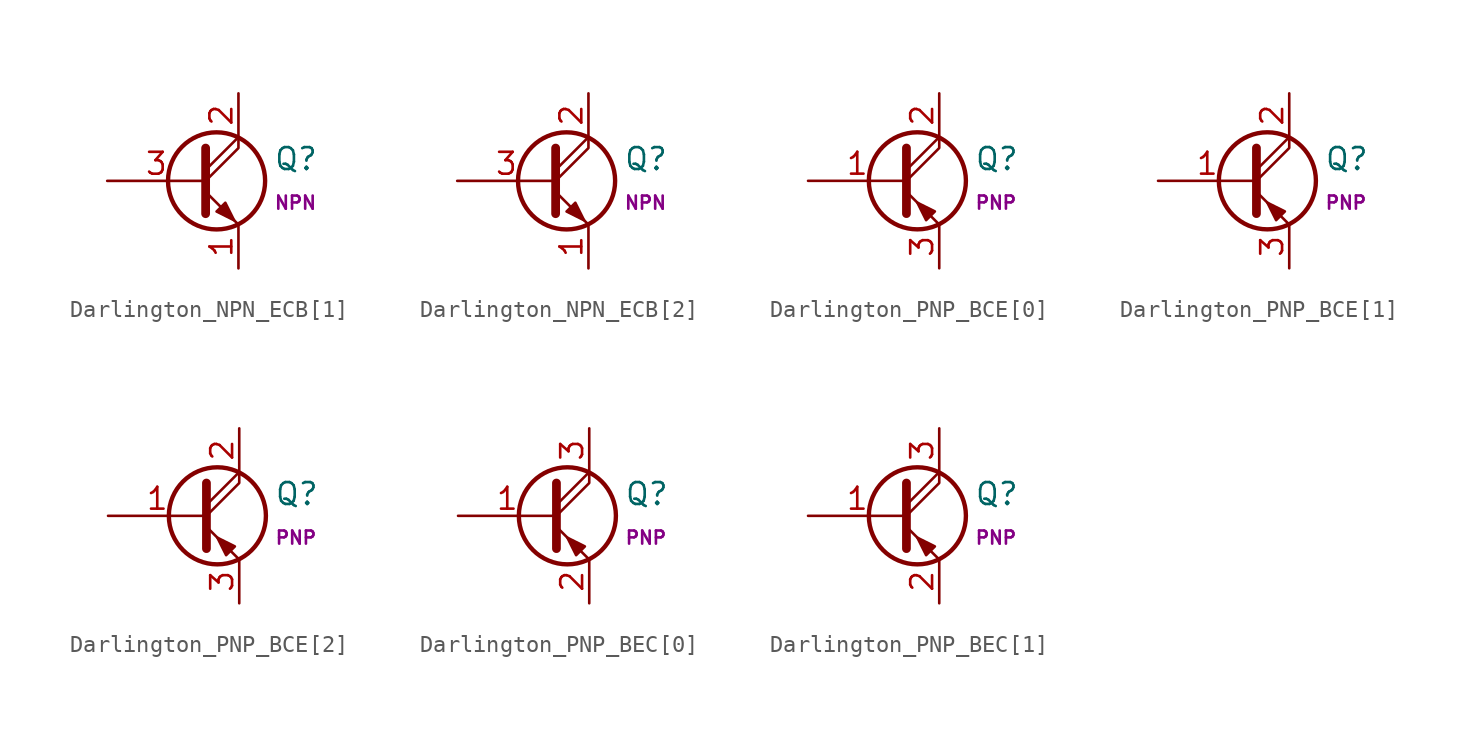
<source format=kicad_sym>
(kicad_symbol_lib
  (version 20211014)
  (generator kicad_symbol_editor)
  (symbol "Darlington_NPN_ECB[1]"
    (pin_names
      (offset 0) hide)
    (property "Reference" "Q"
      (at 4.572 1.27 0)
      (effects (font (size 1.27 1.27)) (justify left)))
    (property "Name" "NPN"
      (at 4.572 -1.27 0)
      (effects (font (size 0.762 0.762)) (justify left)))
    (symbol "Darlington_NPN_ECB[1]_0_1"
      (polyline (pts (xy 0.635 0.635) (xy 2.54 2.54)) (stroke (width 0) (type default) (color 0 0 0 0)) (fill (type none)))
      (polyline (pts (xy 0.635 -0.635) (xy 2.54 -2.54) (xy 2.54 -2.54)) (stroke (width 0) (type default) (color 0 0 0 0)) (fill (type none)))
      (polyline (pts (xy 0.635 0) (xy 2.54 1.905) (xy 2.54 2.54)) (stroke (width 0) (type default) (color 0 0 0 0)) (fill (type none)))
      (polyline (pts (xy 0.635 1.905) (xy 0.635 -1.905) (xy 0.635 -1.905)) (stroke (width 0.508) (type default) (color 0 0 0 0)) (fill (type none)))
      (polyline (pts (xy 1.27 -1.778) (xy 1.778 -1.27) (xy 2.286 -2.286) (xy 1.27 -1.778) (xy 1.27 -1.778)) (stroke (width 0) (type default) (color 0 0 0 0)) (fill (type outline)))
      (circle (center 1.27 0) (radius 2.819) (stroke (width 0.254) (type default) (color 0 0 0 0)) (fill (type none))))
    (symbol "Darlington_NPN_ECB[1]_1_1"
      (pin passive line (at 2.54 -5.08 90) (length 2.54) (name "E" (effects (font (size 1.27 1.27)))) (number "1" (effects (font (size 1.27 1.27)))))
      (pin passive line (at 2.54 5.08 270) (length 2.54) (name "C" (effects (font (size 1.27 1.27)))) (number "2" (effects (font (size 1.27 1.27)))))
      (pin passive line (at -5.08 0 0) (length 5.715) (name "B" (effects (font (size 1.27 1.27)))) (number "3" (effects (font (size 1.27 1.27)))))))
  (symbol "Darlington_NPN_ECB[2]"
    (pin_names
      (offset 0) hide)
    (property "Reference" "Q"
      (at 4.572 1.27 0)
      (effects (font (size 1.27 1.27)) (justify left)))
    (property "Name" "NPN"
      (at 4.572 -1.27 0)
      (effects (font (size 0.762 0.762)) (justify left)))
    (symbol "Darlington_NPN_ECB[2]_0_1"
      (polyline (pts (xy 0.635 0.635) (xy 2.54 2.54)) (stroke (width 0) (type default) (color 0 0 0 0)) (fill (type none)))
      (polyline (pts (xy 0.635 -0.635) (xy 2.54 -2.54) (xy 2.54 -2.54)) (stroke (width 0) (type default) (color 0 0 0 0)) (fill (type none)))
      (polyline (pts (xy 0.635 0) (xy 2.54 1.905) (xy 2.54 2.54)) (stroke (width 0) (type default) (color 0 0 0 0)) (fill (type none)))
      (polyline (pts (xy 0.635 1.905) (xy 0.635 -1.905) (xy 0.635 -1.905)) (stroke (width 0.508) (type default) (color 0 0 0 0)) (fill (type none)))
      (polyline (pts (xy 1.27 -1.778) (xy 1.778 -1.27) (xy 2.286 -2.286) (xy 1.27 -1.778) (xy 1.27 -1.778)) (stroke (width 0) (type default) (color 0 0 0 0)) (fill (type outline)))
      (circle (center 1.27 0) (radius 2.819) (stroke (width 0.254) (type default) (color 0 0 0 0)) (fill (type none))))
    (symbol "Darlington_NPN_ECB[2]_1_1"
      (pin passive line (at 2.54 -5.08 90) (length 2.54) (name "E" (effects (font (size 1.27 1.27)))) (number "1" (effects (font (size 1.27 1.27)))))
      (pin passive line (at 2.54 5.08 270) (length 2.54) (name "C" (effects (font (size 1.27 1.27)))) (number "2" (effects (font (size 1.27 1.27)))))
      (pin passive line (at -5.08 0 0) (length 5.715) (name "B" (effects (font (size 1.27 1.27)))) (number "3" (effects (font (size 1.27 1.27)))))))
  (symbol "Darlington_PNP_BCE[0]"
    (pin_names
      (offset 0) hide)
    (property "Reference" "Q"
      (at 4.572 1.27 0)
      (effects (font (size 1.27 1.27)) (justify left)))
    (property "Name" "PNP"
      (at 4.572 -1.27 0)
      (effects (font (size 0.762 0.762)) (justify left)))
    (symbol "Darlington_PNP_BCE[0]_0_1"
      (polyline (pts (xy 0.635 0.635) (xy 2.54 2.54)) (stroke (width 0) (type default) (color 0 0 0 0)) (fill (type none)))
      (polyline (pts (xy 0.635 -0.635) (xy 2.54 -2.54) (xy 2.54 -2.54)) (stroke (width 0) (type default) (color 0 0 0 0)) (fill (type none)))
      (polyline (pts (xy 0.635 0) (xy 2.54 1.905) (xy 2.54 2.54)) (stroke (width 0) (type default) (color 0 0 0 0)) (fill (type none)))
      (polyline (pts (xy 0.635 1.905) (xy 0.635 -1.905) (xy 0.635 -1.905)) (stroke (width 0.508) (type default) (color 0 0 0 0)) (fill (type none)))
      (polyline (pts (xy 2.286 -1.778) (xy 1.778 -2.286) (xy 1.27 -1.27) (xy 2.286 -1.778) (xy 2.286 -1.778)) (stroke (width 0) (type default) (color 0 0 0 0)) (fill (type outline)))
      (circle (center 1.27 0) (radius 2.819) (stroke (width 0.254) (type default) (color 0 0 0 0)) (fill (type none))))
    (symbol "Darlington_PNP_BCE[0]_1_1"
      (pin input line (at -5.08 0 0) (length 5.715) (name "B" (effects (font (size 1.27 1.27)))) (number "1" (effects (font (size 1.27 1.27)))))
      (pin passive line (at 2.54 5.08 270) (length 2.54) (name "C" (effects (font (size 1.27 1.27)))) (number "2" (effects (font (size 1.27 1.27)))))
      (pin passive line (at 2.54 -5.08 90) (length 2.54) (name "E" (effects (font (size 1.27 1.27)))) (number "3" (effects (font (size 1.27 1.27)))))))
  (symbol "Darlington_PNP_BCE[1]"
    (pin_names
      (offset 0) hide)
    (property "Reference" "Q"
      (at 4.572 1.27 0)
      (effects (font (size 1.27 1.27)) (justify left)))
    (property "Name" "PNP"
      (at 4.572 -1.27 0)
      (effects (font (size 0.762 0.762)) (justify left)))
    (symbol "Darlington_PNP_BCE[1]_0_1"
      (polyline (pts (xy 0.635 0.635) (xy 2.54 2.54)) (stroke (width 0) (type default) (color 0 0 0 0)) (fill (type none)))
      (polyline (pts (xy 0.635 -0.635) (xy 2.54 -2.54) (xy 2.54 -2.54)) (stroke (width 0) (type default) (color 0 0 0 0)) (fill (type none)))
      (polyline (pts (xy 0.635 0) (xy 2.54 1.905) (xy 2.54 2.54)) (stroke (width 0) (type default) (color 0 0 0 0)) (fill (type none)))
      (polyline (pts (xy 0.635 1.905) (xy 0.635 -1.905) (xy 0.635 -1.905)) (stroke (width 0.508) (type default) (color 0 0 0 0)) (fill (type none)))
      (polyline (pts (xy 2.286 -1.778) (xy 1.778 -2.286) (xy 1.27 -1.27) (xy 2.286 -1.778) (xy 2.286 -1.778)) (stroke (width 0) (type default) (color 0 0 0 0)) (fill (type outline)))
      (circle (center 1.27 0) (radius 2.819) (stroke (width 0.254) (type default) (color 0 0 0 0)) (fill (type none))))
    (symbol "Darlington_PNP_BCE[1]_1_1"
      (pin input line (at -5.08 0 0) (length 5.715) (name "B" (effects (font (size 1.27 1.27)))) (number "1" (effects (font (size 1.27 1.27)))))
      (pin passive line (at 2.54 5.08 270) (length 2.54) (name "C" (effects (font (size 1.27 1.27)))) (number "2" (effects (font (size 1.27 1.27)))))
      (pin passive line (at 2.54 -5.08 90) (length 2.54) (name "E" (effects (font (size 1.27 1.27)))) (number "3" (effects (font (size 1.27 1.27)))))))
  (symbol "Darlington_PNP_BCE[2]"
    (pin_names
      (offset 0) hide)
    (property "Reference" "Q"
      (at 4.572 1.27 0)
      (effects (font (size 1.27 1.27)) (justify left)))
    (property "Name" "PNP"
      (at 4.572 -1.27 0)
      (effects (font (size 0.762 0.762)) (justify left)))
    (symbol "Darlington_PNP_BCE[2]_0_1"
      (polyline (pts (xy 0.635 0.635) (xy 2.54 2.54)) (stroke (width 0) (type default) (color 0 0 0 0)) (fill (type none)))
      (polyline (pts (xy 0.635 -0.635) (xy 2.54 -2.54) (xy 2.54 -2.54)) (stroke (width 0) (type default) (color 0 0 0 0)) (fill (type none)))
      (polyline (pts (xy 0.635 0) (xy 2.54 1.905) (xy 2.54 2.54)) (stroke (width 0) (type default) (color 0 0 0 0)) (fill (type none)))
      (polyline (pts (xy 0.635 1.905) (xy 0.635 -1.905) (xy 0.635 -1.905)) (stroke (width 0.508) (type default) (color 0 0 0 0)) (fill (type none)))
      (polyline (pts (xy 2.286 -1.778) (xy 1.778 -2.286) (xy 1.27 -1.27) (xy 2.286 -1.778) (xy 2.286 -1.778)) (stroke (width 0) (type default) (color 0 0 0 0)) (fill (type outline)))
      (circle (center 1.27 0) (radius 2.819) (stroke (width 0.254) (type default) (color 0 0 0 0)) (fill (type none))))
    (symbol "Darlington_PNP_BCE[2]_1_1"
      (pin input line (at -5.08 0 0) (length 5.715) (name "B" (effects (font (size 1.27 1.27)))) (number "1" (effects (font (size 1.27 1.27)))))
      (pin passive line (at 2.54 5.08 270) (length 2.54) (name "C" (effects (font (size 1.27 1.27)))) (number "2" (effects (font (size 1.27 1.27)))))
      (pin passive line (at 2.54 -5.08 90) (length 2.54) (name "E" (effects (font (size 1.27 1.27)))) (number "3" (effects (font (size 1.27 1.27)))))))
  (symbol "Darlington_PNP_BEC[0]"
    (pin_names
      (offset 0) hide)
    (property "Reference" "Q"
      (at 4.572 1.27 0)
      (effects (font (size 1.27 1.27)) (justify left)))
    (property "Name" "PNP"
      (at 4.572 -1.27 0)
      (effects (font (size 0.762 0.762)) (justify left)))
    (symbol "Darlington_PNP_BEC[0]_0_1"
      (polyline (pts (xy 0.635 0.635) (xy 2.54 2.54)) (stroke (width 0) (type default) (color 0 0 0 0)) (fill (type none)))
      (polyline (pts (xy 0.635 -0.635) (xy 2.54 -2.54) (xy 2.54 -2.54)) (stroke (width 0) (type default) (color 0 0 0 0)) (fill (type none)))
      (polyline (pts (xy 0.635 0) (xy 2.54 1.905) (xy 2.54 2.54)) (stroke (width 0) (type default) (color 0 0 0 0)) (fill (type none)))
      (polyline (pts (xy 0.635 1.905) (xy 0.635 -1.905) (xy 0.635 -1.905)) (stroke (width 0.508) (type default) (color 0 0 0 0)) (fill (type none)))
      (polyline (pts (xy 2.286 -1.778) (xy 1.778 -2.286) (xy 1.27 -1.27) (xy 2.286 -1.778) (xy 2.286 -1.778)) (stroke (width 0) (type default) (color 0 0 0 0)) (fill (type outline)))
      (circle (center 1.27 0) (radius 2.819) (stroke (width 0.254) (type default) (color 0 0 0 0)) (fill (type none))))
    (symbol "Darlington_PNP_BEC[0]_1_1"
      (pin input line (at -5.08 0 0) (length 5.715) (name "B" (effects (font (size 1.27 1.27)))) (number "1" (effects (font (size 1.27 1.27)))))
      (pin passive line (at 2.54 -5.08 90) (length 2.54) (name "E" (effects (font (size 1.27 1.27)))) (number "2" (effects (font (size 1.27 1.27)))))
      (pin passive line (at 2.54 5.08 270) (length 2.54) (name "C" (effects (font (size 1.27 1.27)))) (number "3" (effects (font (size 1.27 1.27)))))))
  (symbol "Darlington_PNP_BEC[1]"
    (pin_names
      (offset 0) hide)
    (property "Reference" "Q"
      (at 4.572 1.27 0)
      (effects (font (size 1.27 1.27)) (justify left)))
    (property "Name" "PNP"
      (at 4.572 -1.27 0)
      (effects (font (size 0.762 0.762)) (justify left)))
    (symbol "Darlington_PNP_BEC[1]_0_1"
      (polyline (pts (xy 0.635 0.635) (xy 2.54 2.54)) (stroke (width 0) (type default) (color 0 0 0 0)) (fill (type none)))
      (polyline (pts (xy 0.635 -0.635) (xy 2.54 -2.54) (xy 2.54 -2.54)) (stroke (width 0) (type default) (color 0 0 0 0)) (fill (type none)))
      (polyline (pts (xy 0.635 0) (xy 2.54 1.905) (xy 2.54 2.54)) (stroke (width 0) (type default) (color 0 0 0 0)) (fill (type none)))
      (polyline (pts (xy 0.635 1.905) (xy 0.635 -1.905) (xy 0.635 -1.905)) (stroke (width 0.508) (type default) (color 0 0 0 0)) (fill (type none)))
      (polyline (pts (xy 2.286 -1.778) (xy 1.778 -2.286) (xy 1.27 -1.27) (xy 2.286 -1.778) (xy 2.286 -1.778)) (stroke (width 0) (type default) (color 0 0 0 0)) (fill (type outline)))
      (circle (center 1.27 0) (radius 2.819) (stroke (width 0.254) (type default) (color 0 0 0 0)) (fill (type none))))
    (symbol "Darlington_PNP_BEC[1]_1_1"
      (pin input line (at -5.08 0 0) (length 5.715) (name "B" (effects (font (size 1.27 1.27)))) (number "1" (effects (font (size 1.27 1.27)))))
      (pin passive line (at 2.54 -5.08 90) (length 2.54) (name "E" (effects (font (size 1.27 1.27)))) (number "2" (effects (font (size 1.27 1.27)))))
      (pin passive line (at 2.54 5.08 270) (length 2.54) (name "C" (effects (font (size 1.27 1.27)))) (number "3" (effects (font (size 1.27 1.27))))))))
</source>
